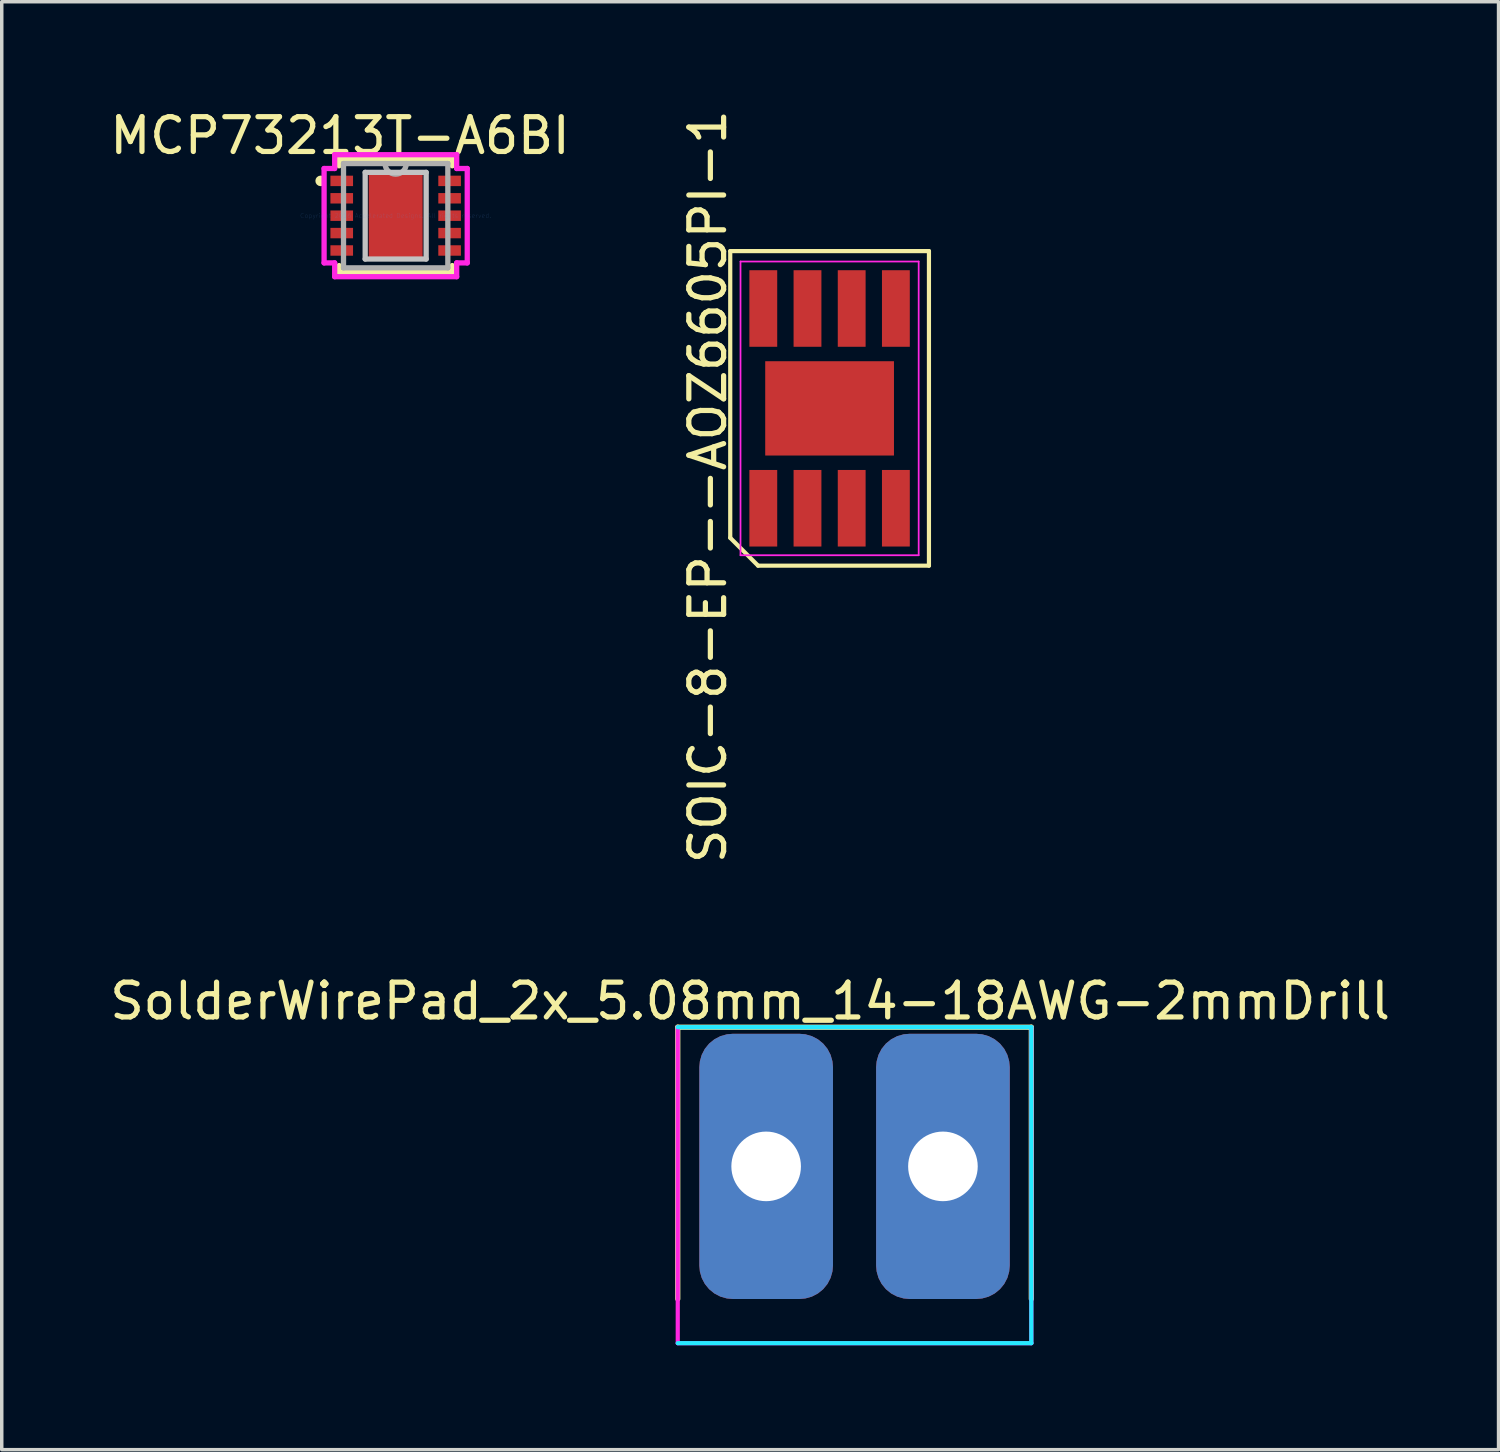
<source format=kicad_pcb>
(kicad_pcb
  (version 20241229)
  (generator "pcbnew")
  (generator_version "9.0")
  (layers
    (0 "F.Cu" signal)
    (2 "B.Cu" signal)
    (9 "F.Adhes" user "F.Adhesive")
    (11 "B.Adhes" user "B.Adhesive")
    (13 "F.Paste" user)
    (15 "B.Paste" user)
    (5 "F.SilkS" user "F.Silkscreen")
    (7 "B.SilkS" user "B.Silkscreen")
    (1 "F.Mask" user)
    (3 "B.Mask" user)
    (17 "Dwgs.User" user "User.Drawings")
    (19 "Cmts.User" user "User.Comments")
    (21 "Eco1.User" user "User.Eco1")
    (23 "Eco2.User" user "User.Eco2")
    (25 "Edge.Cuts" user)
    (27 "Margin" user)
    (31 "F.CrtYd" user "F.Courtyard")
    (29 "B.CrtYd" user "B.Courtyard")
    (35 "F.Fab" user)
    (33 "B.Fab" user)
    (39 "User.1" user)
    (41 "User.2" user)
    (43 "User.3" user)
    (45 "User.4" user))
  (footprint "SolderWirePad_2x_5.08mm_14-18AWG-2mmDrill"
    (layer "F.Cu")
    (at 21.506 30.467)
    (property "Reference" "SolderWirePad_2x_5.08mm_14-18AWG-2mmDrill" (at -3 -4.75 0) (layer "F.SilkS") (effects (font (size 1 1) (thickness 0.15))))
    (attr through_hole)
    (fp_line (start -5.08 -4) (end -5.08 3.81) (stroke (width 0.15) (type solid)) (layer "F.SilkS"))
    (fp_line (start 5.08 -4) (end -5.08 -4) (stroke (width 0.15) (type solid)) (layer "F.SilkS"))
    (fp_line (start 5.08 3.81) (end 5.08 -4) (stroke (width 0.15) (type solid)) (layer "F.SilkS"))
    (fp_line (start -5.08 5.08) (end 5.08 5.08) (stroke (width 0.12) (type solid)) (layer "B.CrtYd"))
    (fp_line (start 5.08 -4) (end -5.08 -4) (stroke (width 0.12) (type solid)) (layer "B.CrtYd"))
    (fp_line (start 5.08 5.08) (end 5.08 -4) (stroke (width 0.12) (type solid)) (layer "B.CrtYd"))
    (fp_line (start -5.08 -4) (end -5.08 5.08) (stroke (width 0.12) (type solid)) (layer "F.CrtYd"))
    (fp_line (start -5.08 5.08) (end 5.08 5.08) (stroke (width 0.12) (type solid)) (layer "F.CrtYd"))
    (fp_line (start 5.08 5.08) (end 5.08 -4) (stroke (width 0.12) (type solid)) (layer "F.CrtYd"))
    (pad "1" thru_hole roundrect (at -2.54 0) (size 3.84 7.62) (drill 2) (layers "*.Cu" "*.Mask") (roundrect_rratio 0.25))
    (pad "2" thru_hole roundrect (at 2.54 0) (size 3.84 7.62) (drill 2) (layers "*.Cu" "*.Mask") (roundrect_rratio 0.25)))
  (footprint "MCP73213T-A6BI"
    (layer "F.Cu")
    (at 8.32 3.148)
    (property "Reference" "MCP73213T-A6BI" (at -1.6 -2.3 0) (layer "F.SilkS") (effects (font (size 1 1) (thickness 0.15))))
    (attr through_hole)
    (fp_line (start -1.626 -1.626) (end -1.626 -1.434) (stroke (width 0.152) (type solid)) (layer "F.SilkS"))
    (fp_line (start -1.626 1.434) (end -1.626 1.626) (stroke (width 0.152) (type solid)) (layer "F.SilkS"))
    (fp_line (start -1.626 1.626) (end 1.626 1.626) (stroke (width 0.152) (type solid)) (layer "F.SilkS"))
    (fp_line (start 1.626 -1.626) (end -1.626 -1.626) (stroke (width 0.152) (type solid)) (layer "F.SilkS"))
    (fp_line (start 1.626 -1.434) (end 1.626 -1.626) (stroke (width 0.152) (type solid)) (layer "F.SilkS"))
    (fp_line (start 1.626 1.626) (end 1.626 1.434) (stroke (width 0.152) (type solid)) (layer "F.SilkS"))
    (fp_arc (start -2.155 -1.0762) (mid -2.155 -0.9238) (end -2.155 -1.0762) (stroke (width 0.1524) (type solid)) (layer "F.SilkS"))
    (fp_line (start -0.876 -1.245) (end -0.876 1.245) (stroke (width 0.152) (type solid)) (layer "Dwgs.User"))
    (fp_line (start -0.876 1.245) (end 0.876 1.245) (stroke (width 0.152) (type solid)) (layer "Dwgs.User"))
    (fp_line (start 0.876 -1.245) (end -0.876 -1.245) (stroke (width 0.152) (type solid)) (layer "Dwgs.User"))
    (fp_line (start 0.876 1.245) (end 0.876 -1.245) (stroke (width 0.152) (type solid)) (layer "Dwgs.User"))
    (fp_line (start -2.057 -1.356) (end -1.753 -1.356) (stroke (width 0.152) (type solid)) (layer "F.CrtYd"))
    (fp_line (start -2.057 1.356) (end -2.057 -1.356) (stroke (width 0.152) (type solid)) (layer "F.CrtYd"))
    (fp_line (start -1.753 -1.753) (end 1.753 -1.753) (stroke (width 0.152) (type solid)) (layer "F.CrtYd"))
    (fp_line (start -1.753 -1.356) (end -1.753 -1.753) (stroke (width 0.152) (type solid)) (layer "F.CrtYd"))
    (fp_line (start -1.753 1.356) (end -2.057 1.356) (stroke (width 0.152) (type solid)) (layer "F.CrtYd"))
    (fp_line (start -1.753 1.753) (end -1.753 1.356) (stroke (width 0.152) (type solid)) (layer "F.CrtYd"))
    (fp_line (start 1.753 -1.753) (end 1.753 -1.356) (stroke (width 0.152) (type solid)) (layer "F.CrtYd"))
    (fp_line (start 1.753 -1.356) (end 2.057 -1.356) (stroke (width 0.152) (type solid)) (layer "F.CrtYd"))
    (fp_line (start 1.753 1.356) (end 1.753 1.753) (stroke (width 0.152) (type solid)) (layer "F.CrtYd"))
    (fp_line (start 1.753 1.753) (end -1.753 1.753) (stroke (width 0.152) (type solid)) (layer "F.CrtYd"))
    (fp_line (start 2.057 -1.356) (end 2.057 1.356) (stroke (width 0.152) (type solid)) (layer "F.CrtYd"))
    (fp_line (start 2.057 1.356) (end 1.753 1.356) (stroke (width 0.152) (type solid)) (layer "F.CrtYd"))
    (fp_line (start -1.499 -1.499) (end -1.499 1.499) (stroke (width 0.152) (type solid)) (layer "F.Fab"))
    (fp_line (start -1.499 1.499) (end 1.499 1.499) (stroke (width 0.152) (type solid)) (layer "F.Fab"))
    (fp_line (start 1.499 -1.499) (end -1.499 -1.499) (stroke (width 0.152) (type solid)) (layer "F.Fab"))
    (fp_line (start 1.499 1.499) (end 1.499 -1.499) (stroke (width 0.152) (type solid)) (layer "F.Fab"))
    (fp_arc (start 0.3048 -1.4986) (mid 0 -1.1938) (end -0.3048 -1.4986) (stroke (width 0.1524) (type solid)) (layer "F.Fab"))
    (fp_text user "Copyright 2016 Accelerated Designs. All rights reserved." (at 0 0 0) (layer "Cmts.User") (effects (font (size 0.127 0.127) (thickness 0.002))))
    (pad "1" smd rect (at -1.55 -1) (size 0.65 0.3) (layers "F.Cu" "F.Mask" "F.Paste"))
    (pad "2" smd rect (at -1.55 -0.5) (size 0.65 0.3) (layers "F.Cu" "F.Mask" "F.Paste"))
    (pad "3" smd rect (at -1.55 0) (size 0.65 0.3) (layers "F.Cu" "F.Mask" "F.Paste"))
    (pad "4" smd rect (at -1.55 0.5) (size 0.65 0.3) (layers "F.Cu" "F.Mask" "F.Paste"))
    (pad "5" smd rect (at -1.55 1) (size 0.65 0.3) (layers "F.Cu" "F.Mask" "F.Paste"))
    (pad "6" smd rect (at 1.55 1) (size 0.65 0.3) (layers "F.Cu" "F.Mask" "F.Paste"))
    (pad "7" smd rect (at 1.55 0.5) (size 0.65 0.3) (layers "F.Cu" "F.Mask" "F.Paste"))
    (pad "8" smd rect (at 1.55 0) (size 0.65 0.3) (layers "F.Cu" "F.Mask" "F.Paste"))
    (pad "9" smd rect (at 1.55 -0.5) (size 0.65 0.3) (layers "F.Cu" "F.Mask" "F.Paste"))
    (pad "10" smd rect (at 1.55 -1) (size 0.65 0.3) (layers "F.Cu" "F.Mask" "F.Paste"))
    (pad "11" smd rect (at 0 0) (size 1.55 2.48) (layers "F.Cu" "F.Mask" "F.Paste")))
  (footprint "SOIC-8-EP--AOZ6605PI-1"
    (layer "F.Cu")
    (at 20.789 8.685)
    (property "Reference" "SOIC-8-EP--AOZ6605PI-1" (at -3.5 2.25 90) (layer "F.SilkS") (effects (font (size 1 1) (thickness 0.15))))
    (attr smd)
    (fp_line (start -2.855 -4.52) (end 2.855 -4.52) (stroke (width 0.12) (type solid)) (layer "F.SilkS"))
    (fp_line (start -2.855 3.72) (end -2.855 -4.52) (stroke (width 0.12) (type solid)) (layer "F.SilkS"))
    (fp_line (start -2.055 4.52) (end -2.855 3.72) (stroke (width 0.12) (type solid)) (layer "F.SilkS"))
    (fp_line (start 2.855 -4.52) (end 2.855 4.52) (stroke (width 0.12) (type solid)) (layer "F.SilkS"))
    (fp_line (start 2.855 4.52) (end -2.055 4.52) (stroke (width 0.12) (type solid)) (layer "F.SilkS"))
    (fp_line (start -2.56 -4.22) (end 2.56 -4.22) (stroke (width 0.05) (type solid)) (layer "F.CrtYd"))
    (fp_line (start -2.56 4.22) (end -2.56 -4.22) (stroke (width 0.05) (type solid)) (layer "F.CrtYd"))
    (fp_line (start 2.56 -4.22) (end 2.56 4.22) (stroke (width 0.05) (type solid)) (layer "F.CrtYd"))
    (fp_line (start 2.56 4.22) (end -2.56 4.22) (stroke (width 0.05) (type solid)) (layer "F.CrtYd"))
    (pad "1" smd rect (at -1.905 2.87) (size 0.8 2.2) (layers "F.Cu" "F.Mask" "F.Paste"))
    (pad "2" smd rect (at -0.635 2.87) (size 0.8 2.2) (layers "F.Cu" "F.Mask" "F.Paste"))
    (pad "3" smd rect (at 0.635 2.87) (size 0.8 2.2) (layers "F.Cu" "F.Mask" "F.Paste"))
    (pad "4" smd rect (at 1.905 2.87) (size 0.8 2.2) (layers "F.Cu" "F.Mask" "F.Paste"))
    (pad "5" smd rect (at 1.905 -2.87) (size 0.8 2.2) (layers "F.Cu" "F.Mask" "F.Paste"))
    (pad "6" smd rect (at 0.635 -2.87) (size 0.8 2.2) (layers "F.Cu" "F.Mask" "F.Paste"))
    (pad "7" smd rect (at -0.635 -2.87) (size 0.8 2.2) (layers "F.Cu" "F.Mask" "F.Paste"))
    (pad "8" smd rect (at -1.905 -2.87) (size 0.8 2.2) (layers "F.Cu" "F.Mask" "F.Paste"))
    (pad "EP" smd rect (at 0 0) (size 3.7 2.71) (layers "F.Cu" "F.Mask" "F.Paste")))
  (gr_rect
    (start -3 -3)
    (end 40.012 38.607)
    (stroke (width 0.1) (type default))
    (fill no)
    (layer "Edge.Cuts")))
</source>
